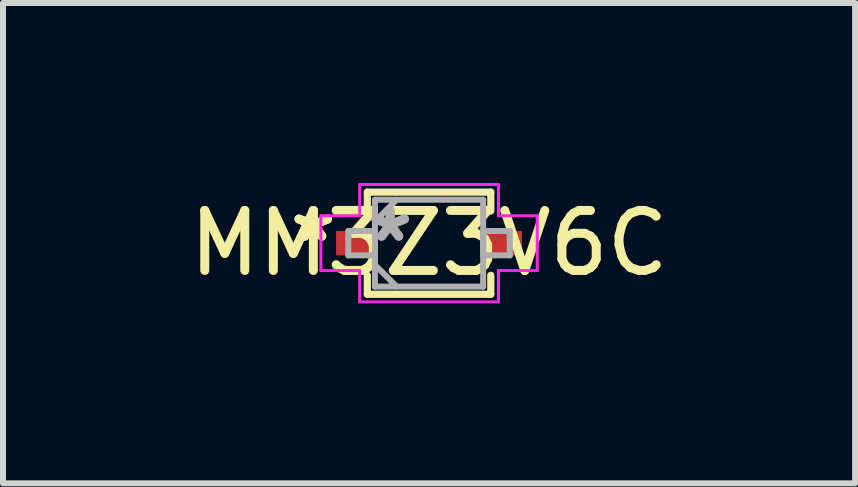
<source format=kicad_pcb>
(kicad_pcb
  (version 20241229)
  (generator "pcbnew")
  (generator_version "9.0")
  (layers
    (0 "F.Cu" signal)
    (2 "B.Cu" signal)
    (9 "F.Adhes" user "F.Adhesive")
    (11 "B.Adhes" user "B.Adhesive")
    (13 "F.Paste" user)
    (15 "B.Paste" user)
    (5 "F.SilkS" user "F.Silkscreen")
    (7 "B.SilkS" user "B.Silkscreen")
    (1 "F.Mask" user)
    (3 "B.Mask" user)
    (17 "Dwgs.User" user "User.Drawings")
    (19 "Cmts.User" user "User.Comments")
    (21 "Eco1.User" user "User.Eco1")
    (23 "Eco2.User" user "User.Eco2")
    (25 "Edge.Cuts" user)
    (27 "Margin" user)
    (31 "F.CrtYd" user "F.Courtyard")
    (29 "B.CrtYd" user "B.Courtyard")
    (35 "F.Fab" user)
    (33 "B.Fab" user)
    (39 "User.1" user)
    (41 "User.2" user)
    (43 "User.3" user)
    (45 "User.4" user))
  (footprint "MM3Z3V6C"
    (layer "F.Cu")
    (at 4.101 1.003)
    (property "Reference" "MM3Z3V6C" (at 0 0 0) (layer "F.SilkS") (effects (font (size 1 1) (thickness 0.15))))
    (attr through_hole)
    (fp_line (start -1.029 -0.851) (end -1.029 -0.536) (stroke (width 0.12) (type solid)) (layer "F.SilkS"))
    (fp_line (start -1.029 0.536) (end -1.029 0.851) (stroke (width 0.12) (type solid)) (layer "F.SilkS"))
    (fp_line (start -1.029 0.851) (end 1.029 0.851) (stroke (width 0.12) (type solid)) (layer "F.SilkS"))
    (fp_line (start 1.029 -0.851) (end -1.029 -0.851) (stroke (width 0.12) (type solid)) (layer "F.SilkS"))
    (fp_line (start 1.029 -0.536) (end 1.029 -0.851) (stroke (width 0.12) (type solid)) (layer "F.SilkS"))
    (fp_line (start 1.029 0.851) (end 1.029 0.536) (stroke (width 0.12) (type solid)) (layer "F.SilkS"))
    (fp_line (start -1.803 -0.457) (end -1.156 -0.457) (stroke (width 0.05) (type solid)) (layer "F.CrtYd"))
    (fp_line (start -1.803 0.457) (end -1.803 -0.457) (stroke (width 0.05) (type solid)) (layer "F.CrtYd"))
    (fp_line (start -1.156 -0.978) (end 1.156 -0.978) (stroke (width 0.05) (type solid)) (layer "F.CrtYd"))
    (fp_line (start -1.156 -0.457) (end -1.156 -0.978) (stroke (width 0.05) (type solid)) (layer "F.CrtYd"))
    (fp_line (start -1.156 0.457) (end -1.803 0.457) (stroke (width 0.05) (type solid)) (layer "F.CrtYd"))
    (fp_line (start -1.156 0.978) (end -1.156 0.457) (stroke (width 0.05) (type solid)) (layer "F.CrtYd"))
    (fp_line (start 1.156 -0.978) (end 1.156 -0.457) (stroke (width 0.05) (type solid)) (layer "F.CrtYd"))
    (fp_line (start 1.156 -0.457) (end 1.803 -0.457) (stroke (width 0.05) (type solid)) (layer "F.CrtYd"))
    (fp_line (start 1.156 0.457) (end 1.156 0.978) (stroke (width 0.05) (type solid)) (layer "F.CrtYd"))
    (fp_line (start 1.156 0.978) (end -1.156 0.978) (stroke (width 0.05) (type solid)) (layer "F.CrtYd"))
    (fp_line (start 1.803 -0.457) (end 1.803 0.457) (stroke (width 0.05) (type solid)) (layer "F.CrtYd"))
    (fp_line (start 1.803 0.457) (end 1.156 0.457) (stroke (width 0.05) (type solid)) (layer "F.CrtYd"))
    (fp_line (start -1.346 -0.203) (end -1.346 0.203) (stroke (width 0.1) (type solid)) (layer "F.Fab"))
    (fp_line (start -1.346 0.203) (end -0.902 0.203) (stroke (width 0.1) (type solid)) (layer "F.Fab"))
    (fp_line (start -0.902 -0.724) (end -0.902 0.724) (stroke (width 0.1) (type solid)) (layer "F.Fab"))
    (fp_line (start -0.902 -0.362) (end -0.54 -0.724) (stroke (width 0.1) (type solid)) (layer "F.Fab"))
    (fp_line (start -0.902 -0.203) (end -1.346 -0.203) (stroke (width 0.1) (type solid)) (layer "F.Fab"))
    (fp_line (start -0.902 0.203) (end -0.902 -0.203) (stroke (width 0.1) (type solid)) (layer "F.Fab"))
    (fp_line (start -0.902 0.362) (end -0.54 0.724) (stroke (width 0.1) (type solid)) (layer "F.Fab"))
    (fp_line (start -0.902 0.724) (end 0.902 0.724) (stroke (width 0.1) (type solid)) (layer "F.Fab"))
    (fp_line (start 0.902 -0.724) (end -0.902 -0.724) (stroke (width 0.1) (type solid)) (layer "F.Fab"))
    (fp_line (start 0.902 -0.203) (end 0.902 0.203) (stroke (width 0.1) (type solid)) (layer "F.Fab"))
    (fp_line (start 0.902 0.203) (end 1.346 0.203) (stroke (width 0.1) (type solid)) (layer "F.Fab"))
    (fp_line (start 0.902 0.724) (end 0.902 -0.724) (stroke (width 0.1) (type solid)) (layer "F.Fab"))
    (fp_line (start 1.346 -0.203) (end 0.902 -0.203) (stroke (width 0.1) (type solid)) (layer "F.Fab"))
    (fp_line (start 1.346 0.203) (end 1.346 -0.203) (stroke (width 0.1) (type solid)) (layer "F.Fab"))
    (fp_text user "*" (at -1.93 0 0) (layer "F.SilkS") (effects (font (size 1 1) (thickness 0.15))))
    (fp_text user "*" (at -1.93 0 0) (layer "F.SilkS") (effects (font (size 1 1) (thickness 0.15))))
    (fp_text user "*" (at -0.648 0 0) (layer "F.Fab") (effects (font (size 1 1) (thickness 0.15))))
    (fp_text user "*" (at -0.648 0 0) (layer "F.Fab") (effects (font (size 1 1) (thickness 0.15))))
    (pad "1" smd rect (at -1.245 0) (size 0.61 0.406) (layers "F.Cu" "F.Mask" "F.Paste"))
    (pad "2" smd rect (at 1.245 0) (size 0.61 0.406) (layers "F.Cu" "F.Mask" "F.Paste")))
  (gr_rect
    (start -3 -3)
    (end 11.202 5.006)
    (stroke (width 0.1) (type default))
    (fill no)
    (layer "Edge.Cuts")))
</source>
